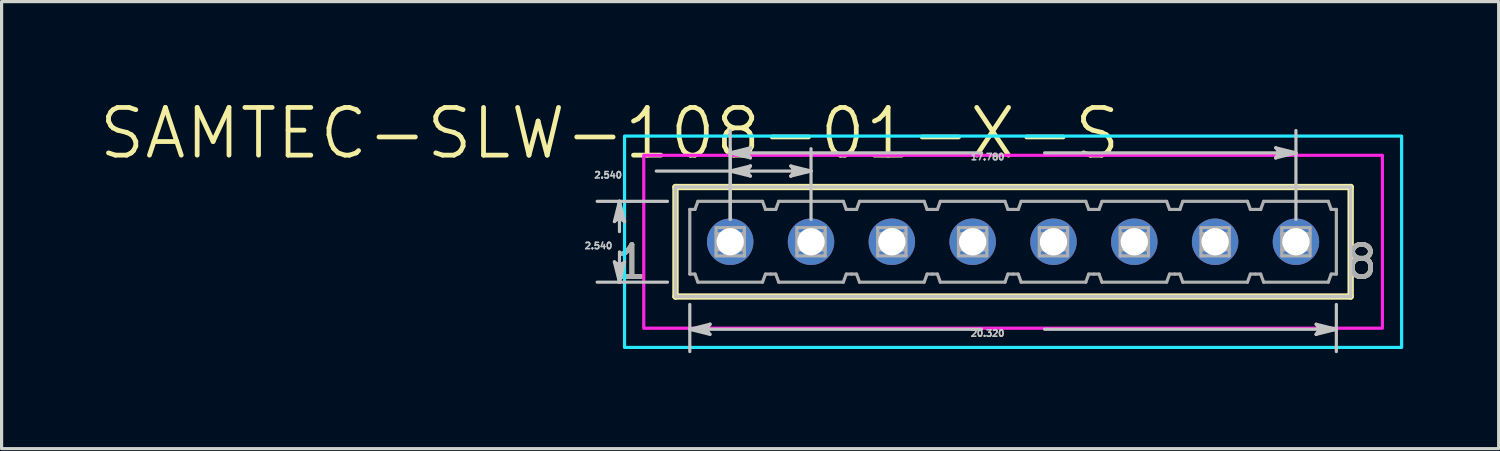
<source format=kicad_pcb>
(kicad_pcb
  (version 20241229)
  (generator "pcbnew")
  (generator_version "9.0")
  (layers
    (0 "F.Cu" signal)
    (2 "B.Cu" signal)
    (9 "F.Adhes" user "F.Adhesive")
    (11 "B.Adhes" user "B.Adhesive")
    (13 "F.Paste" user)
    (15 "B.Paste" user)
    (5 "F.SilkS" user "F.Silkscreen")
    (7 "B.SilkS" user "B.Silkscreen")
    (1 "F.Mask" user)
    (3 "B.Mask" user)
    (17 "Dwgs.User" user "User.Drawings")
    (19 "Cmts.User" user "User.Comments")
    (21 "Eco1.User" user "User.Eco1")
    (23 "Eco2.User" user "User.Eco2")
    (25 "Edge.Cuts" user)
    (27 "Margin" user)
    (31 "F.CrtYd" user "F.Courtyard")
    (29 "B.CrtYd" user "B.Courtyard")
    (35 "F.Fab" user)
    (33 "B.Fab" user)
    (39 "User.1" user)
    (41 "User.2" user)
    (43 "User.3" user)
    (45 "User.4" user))
  (footprint "SAMTEC-SLW-108-01-X-S"
    (layer "F.Cu")
    (at 28.789 4.548)
    (property "Reference" "SAMTEC-SLW-108-01-X-S" (at -12.678 -3.408 0) (layer "F.SilkS") (effects (font (size 1.5 1.5) (thickness 0.15))))
    (attr through_hole)
    (fp_circle (center -8.89 0) (end -8.109 0) (stroke (width 0) (type solid)) (fill yes) (layer "F.Mask"))
    (fp_circle (center -6.35 0) (end -5.569 0) (stroke (width 0) (type solid)) (fill yes) (layer "F.Mask"))
    (fp_circle (center -3.81 0) (end -3.029 0) (stroke (width 0) (type solid)) (fill yes) (layer "F.Mask"))
    (fp_circle (center -1.27 0) (end -0.489 0) (stroke (width 0) (type solid)) (fill yes) (layer "F.Mask"))
    (fp_circle (center 1.27 0) (end 2.051 0) (stroke (width 0) (type solid)) (fill yes) (layer "F.Mask"))
    (fp_circle (center 3.81 0) (end 4.591 0) (stroke (width 0) (type solid)) (fill yes) (layer "F.Mask"))
    (fp_circle (center 6.35 0) (end 7.131 0) (stroke (width 0) (type solid)) (fill yes) (layer "F.Mask"))
    (fp_circle (center 8.89 0) (end 9.671 0) (stroke (width 0) (type solid)) (fill yes) (layer "F.Mask"))
    (fp_circle (center -8.89 0) (end -8.109 0) (stroke (width 0) (type solid)) (fill yes) (layer "B.Mask"))
    (fp_circle (center -6.35 0) (end -5.569 0) (stroke (width 0) (type solid)) (fill yes) (layer "B.Mask"))
    (fp_circle (center -3.81 0) (end -3.029 0) (stroke (width 0) (type solid)) (fill yes) (layer "B.Mask"))
    (fp_circle (center -1.27 0) (end -0.489 0) (stroke (width 0) (type solid)) (fill yes) (layer "B.Mask"))
    (fp_circle (center 1.27 0) (end 2.051 0) (stroke (width 0) (type solid)) (fill yes) (layer "B.Mask"))
    (fp_circle (center 3.81 0) (end 4.591 0) (stroke (width 0) (type solid)) (fill yes) (layer "B.Mask"))
    (fp_circle (center 6.35 0) (end 7.131 0) (stroke (width 0) (type solid)) (fill yes) (layer "B.Mask"))
    (fp_circle (center 8.89 0) (end 9.671 0) (stroke (width 0) (type solid)) (fill yes) (layer "B.Mask"))
    (fp_line (start -10.61 -1.72) (end -10.61 1.72) (stroke (width 0.2) (type solid)) (layer "F.SilkS"))
    (fp_line (start -10.61 1.72) (end 10.61 1.72) (stroke (width 0.2) (type solid)) (layer "F.SilkS"))
    (fp_line (start 10.61 -1.72) (end -10.61 -1.72) (stroke (width 0.2) (type solid)) (layer "F.SilkS"))
    (fp_line (start 10.61 1.72) (end 10.61 -1.72) (stroke (width 0.2) (type solid)) (layer "F.SilkS"))
    (fp_line (start -12.529 -0.635) (end -12.37 -0.762) (stroke (width 0.1) (type solid)) (layer "Dwgs.User"))
    (fp_line (start -12.529 0.635) (end -12.37 1.27) (stroke (width 0.1) (type solid)) (layer "Dwgs.User"))
    (fp_line (start -12.449 -0.698) (end -12.37 -0.762) (stroke (width 0.1) (type solid)) (layer "Dwgs.User"))
    (fp_line (start -12.449 0.698) (end -12.529 0.635) (stroke (width 0.1) (type solid)) (layer "Dwgs.User"))
    (fp_line (start -12.37 -1.27) (end -12.529 -0.635) (stroke (width 0.1) (type solid)) (layer "Dwgs.User"))
    (fp_line (start -12.37 -1.27) (end -12.449 -0.698) (stroke (width 0.1) (type solid)) (layer "Dwgs.User"))
    (fp_line (start -12.37 -1.27) (end -12.29 -0.698) (stroke (width 0.1) (type solid)) (layer "Dwgs.User"))
    (fp_line (start -12.37 -0.762) (end -12.37 -1.27) (stroke (width 0.1) (type solid)) (layer "Dwgs.User"))
    (fp_line (start -12.37 -0.762) (end -12.211 -0.635) (stroke (width 0.1) (type solid)) (layer "Dwgs.User"))
    (fp_line (start -12.37 -0.318) (end -12.37 -1.27) (stroke (width 0.1) (type solid)) (layer "Dwgs.User"))
    (fp_line (start -12.37 0.318) (end -12.37 1.27) (stroke (width 0.1) (type solid)) (layer "Dwgs.User"))
    (fp_line (start -12.37 0.762) (end -12.529 0.635) (stroke (width 0.1) (type solid)) (layer "Dwgs.User"))
    (fp_line (start -12.37 0.762) (end -12.37 1.27) (stroke (width 0.1) (type solid)) (layer "Dwgs.User"))
    (fp_line (start -12.37 1.27) (end -12.449 0.698) (stroke (width 0.1) (type solid)) (layer "Dwgs.User"))
    (fp_line (start -12.37 1.27) (end -12.29 0.698) (stroke (width 0.1) (type solid)) (layer "Dwgs.User"))
    (fp_line (start -12.37 1.27) (end -12.211 0.635) (stroke (width 0.1) (type solid)) (layer "Dwgs.User"))
    (fp_line (start -12.29 -0.698) (end -12.211 -0.635) (stroke (width 0.1) (type solid)) (layer "Dwgs.User"))
    (fp_line (start -12.29 0.698) (end -12.37 0.762) (stroke (width 0.1) (type solid)) (layer "Dwgs.User"))
    (fp_line (start -12.211 -0.635) (end -12.37 -1.27) (stroke (width 0.1) (type solid)) (layer "Dwgs.User"))
    (fp_line (start -12.211 0.635) (end -12.37 0.762) (stroke (width 0.1) (type solid)) (layer "Dwgs.User"))
    (fp_line (start -11.214 -2.222) (end -8.89 -2.222) (stroke (width 0.1) (type solid)) (layer "Dwgs.User"))
    (fp_line (start -10.861 -1.27) (end -13.071 -1.27) (stroke (width 0.1) (type solid)) (layer "Dwgs.User"))
    (fp_line (start -10.861 1.27) (end -13.071 1.27) (stroke (width 0.1) (type solid)) (layer "Dwgs.User"))
    (fp_line (start -10.61 -1.72) (end -10.61 1.72) (stroke (width 0.1) (type solid)) (layer "Dwgs.User"))
    (fp_line (start -10.61 1.72) (end 10.61 1.72) (stroke (width 0.1) (type solid)) (layer "Dwgs.User"))
    (fp_line (start -10.16 1.971) (end -10.16 3.452) (stroke (width 0.1) (type solid)) (layer "Dwgs.User"))
    (fp_line (start -10.16 2.751) (end -9.588 2.671) (stroke (width 0.1) (type solid)) (layer "Dwgs.User"))
    (fp_line (start -10.16 2.751) (end -9.588 2.83) (stroke (width 0.1) (type solid)) (layer "Dwgs.User"))
    (fp_line (start -10.16 2.751) (end -9.525 2.91) (stroke (width 0.1) (type solid)) (layer "Dwgs.User"))
    (fp_line (start -9.652 2.751) (end -10.16 2.751) (stroke (width 0.1) (type solid)) (layer "Dwgs.User"))
    (fp_line (start -9.652 2.751) (end -9.525 2.592) (stroke (width 0.1) (type solid)) (layer "Dwgs.User"))
    (fp_line (start -9.588 2.671) (end -9.525 2.592) (stroke (width 0.1) (type solid)) (layer "Dwgs.User"))
    (fp_line (start -9.588 2.83) (end -9.652 2.751) (stroke (width 0.1) (type solid)) (layer "Dwgs.User"))
    (fp_line (start -9.525 2.592) (end -10.16 2.751) (stroke (width 0.1) (type solid)) (layer "Dwgs.User"))
    (fp_line (start -9.525 2.91) (end -9.652 2.751) (stroke (width 0.1) (type solid)) (layer "Dwgs.User"))
    (fp_line (start -8.89 -2.794) (end -8.318 -2.873) (stroke (width 0.1) (type solid)) (layer "Dwgs.User"))
    (fp_line (start -8.89 -2.794) (end -8.318 -2.715) (stroke (width 0.1) (type solid)) (layer "Dwgs.User"))
    (fp_line (start -8.89 -2.794) (end -8.255 -2.635) (stroke (width 0.1) (type solid)) (layer "Dwgs.User"))
    (fp_line (start -8.89 -2.222) (end -8.318 -2.302) (stroke (width 0.1) (type solid)) (layer "Dwgs.User"))
    (fp_line (start -8.89 -2.222) (end -8.318 -2.143) (stroke (width 0.1) (type solid)) (layer "Dwgs.User"))
    (fp_line (start -8.89 -2.222) (end -8.255 -2.064) (stroke (width 0.1) (type solid)) (layer "Dwgs.User"))
    (fp_line (start -8.89 -2.222) (end -6.35 -2.222) (stroke (width 0.1) (type solid)) (layer "Dwgs.User"))
    (fp_line (start -8.89 -0.701) (end -8.89 -3.495) (stroke (width 0.1) (type solid)) (layer "Dwgs.User"))
    (fp_line (start -8.89 -0.701) (end -8.89 -2.924) (stroke (width 0.1) (type solid)) (layer "Dwgs.User"))
    (fp_line (start -8.382 -2.794) (end -8.89 -2.794) (stroke (width 0.1) (type solid)) (layer "Dwgs.User"))
    (fp_line (start -8.382 -2.794) (end -8.255 -2.953) (stroke (width 0.1) (type solid)) (layer "Dwgs.User"))
    (fp_line (start -8.382 -2.222) (end -8.89 -2.222) (stroke (width 0.1) (type solid)) (layer "Dwgs.User"))
    (fp_line (start -8.382 -2.222) (end -8.255 -2.381) (stroke (width 0.1) (type solid)) (layer "Dwgs.User"))
    (fp_line (start -8.318 -2.873) (end -8.255 -2.953) (stroke (width 0.1) (type solid)) (layer "Dwgs.User"))
    (fp_line (start -8.318 -2.715) (end -8.382 -2.794) (stroke (width 0.1) (type solid)) (layer "Dwgs.User"))
    (fp_line (start -8.318 -2.302) (end -8.255 -2.381) (stroke (width 0.1) (type solid)) (layer "Dwgs.User"))
    (fp_line (start -8.318 -2.143) (end -8.382 -2.222) (stroke (width 0.1) (type solid)) (layer "Dwgs.User"))
    (fp_line (start -8.255 -2.953) (end -8.89 -2.794) (stroke (width 0.1) (type solid)) (layer "Dwgs.User"))
    (fp_line (start -8.255 -2.635) (end -8.382 -2.794) (stroke (width 0.1) (type solid)) (layer "Dwgs.User"))
    (fp_line (start -8.255 -2.381) (end -8.89 -2.222) (stroke (width 0.1) (type solid)) (layer "Dwgs.User"))
    (fp_line (start -8.255 -2.064) (end -8.382 -2.222) (stroke (width 0.1) (type solid)) (layer "Dwgs.User"))
    (fp_line (start -6.985 -2.381) (end -6.858 -2.222) (stroke (width 0.1) (type solid)) (layer "Dwgs.User"))
    (fp_line (start -6.985 -2.064) (end -6.35 -2.222) (stroke (width 0.1) (type solid)) (layer "Dwgs.User"))
    (fp_line (start -6.922 -2.302) (end -6.858 -2.222) (stroke (width 0.1) (type solid)) (layer "Dwgs.User"))
    (fp_line (start -6.922 -2.143) (end -6.985 -2.064) (stroke (width 0.1) (type solid)) (layer "Dwgs.User"))
    (fp_line (start -6.858 -2.222) (end -6.985 -2.064) (stroke (width 0.1) (type solid)) (layer "Dwgs.User"))
    (fp_line (start -6.858 -2.222) (end -6.35 -2.222) (stroke (width 0.1) (type solid)) (layer "Dwgs.User"))
    (fp_line (start -6.35 -2.222) (end -6.985 -2.381) (stroke (width 0.1) (type solid)) (layer "Dwgs.User"))
    (fp_line (start -6.35 -2.222) (end -6.922 -2.302) (stroke (width 0.1) (type solid)) (layer "Dwgs.User"))
    (fp_line (start -6.35 -2.222) (end -6.922 -2.143) (stroke (width 0.1) (type solid)) (layer "Dwgs.User"))
    (fp_line (start -6.35 -0.701) (end -6.35 -2.924) (stroke (width 0.1) (type solid)) (layer "Dwgs.User"))
    (fp_line (start -0.991 -2.794) (end -8.89 -2.794) (stroke (width 0.1) (type solid)) (layer "Dwgs.User"))
    (fp_line (start -0.991 2.751) (end -10.16 2.751) (stroke (width 0.1) (type solid)) (layer "Dwgs.User"))
    (fp_line (start 0.991 -2.794) (end 8.89 -2.794) (stroke (width 0.1) (type solid)) (layer "Dwgs.User"))
    (fp_line (start 0.991 2.751) (end 10.16 2.751) (stroke (width 0.1) (type solid)) (layer "Dwgs.User"))
    (fp_line (start 8.255 -2.953) (end 8.382 -2.794) (stroke (width 0.1) (type solid)) (layer "Dwgs.User"))
    (fp_line (start 8.255 -2.635) (end 8.89 -2.794) (stroke (width 0.1) (type solid)) (layer "Dwgs.User"))
    (fp_line (start 8.318 -2.873) (end 8.382 -2.794) (stroke (width 0.1) (type solid)) (layer "Dwgs.User"))
    (fp_line (start 8.318 -2.715) (end 8.255 -2.635) (stroke (width 0.1) (type solid)) (layer "Dwgs.User"))
    (fp_line (start 8.382 -2.794) (end 8.255 -2.635) (stroke (width 0.1) (type solid)) (layer "Dwgs.User"))
    (fp_line (start 8.382 -2.794) (end 8.89 -2.794) (stroke (width 0.1) (type solid)) (layer "Dwgs.User"))
    (fp_line (start 8.89 -2.794) (end 8.255 -2.953) (stroke (width 0.1) (type solid)) (layer "Dwgs.User"))
    (fp_line (start 8.89 -2.794) (end 8.318 -2.873) (stroke (width 0.1) (type solid)) (layer "Dwgs.User"))
    (fp_line (start 8.89 -2.794) (end 8.318 -2.715) (stroke (width 0.1) (type solid)) (layer "Dwgs.User"))
    (fp_line (start 8.89 -0.701) (end 8.89 -3.495) (stroke (width 0.1) (type solid)) (layer "Dwgs.User"))
    (fp_line (start 9.525 2.592) (end 9.652 2.751) (stroke (width 0.1) (type solid)) (layer "Dwgs.User"))
    (fp_line (start 9.525 2.91) (end 10.16 2.751) (stroke (width 0.1) (type solid)) (layer "Dwgs.User"))
    (fp_line (start 9.588 2.671) (end 9.652 2.751) (stroke (width 0.1) (type solid)) (layer "Dwgs.User"))
    (fp_line (start 9.588 2.83) (end 9.525 2.91) (stroke (width 0.1) (type solid)) (layer "Dwgs.User"))
    (fp_line (start 9.652 2.751) (end 9.525 2.91) (stroke (width 0.1) (type solid)) (layer "Dwgs.User"))
    (fp_line (start 9.652 2.751) (end 10.16 2.751) (stroke (width 0.1) (type solid)) (layer "Dwgs.User"))
    (fp_line (start 10.16 1.971) (end 10.16 3.452) (stroke (width 0.1) (type solid)) (layer "Dwgs.User"))
    (fp_line (start 10.16 2.751) (end 9.525 2.592) (stroke (width 0.1) (type solid)) (layer "Dwgs.User"))
    (fp_line (start 10.16 2.751) (end 9.588 2.671) (stroke (width 0.1) (type solid)) (layer "Dwgs.User"))
    (fp_line (start 10.16 2.751) (end 9.588 2.83) (stroke (width 0.1) (type solid)) (layer "Dwgs.User"))
    (fp_line (start 10.61 -1.72) (end -10.61 -1.72) (stroke (width 0.1) (type solid)) (layer "Dwgs.User"))
    (fp_line (start 10.61 1.72) (end 10.61 -1.72) (stroke (width 0.1) (type solid)) (layer "Dwgs.User"))
    (fp_poly (pts (xy -12.211 3.321) (xy -12.211 -3.321) (xy 12.211 -3.321) (xy 12.211 3.321) (xy -12.211 3.321)) (stroke (width 0.1) (type solid)) (fill no) (layer "B.CrtYd"))
    (fp_poly (pts (xy 11.607 -2.717) (xy -11.607 -2.717) (xy -11.607 2.717) (xy 11.607 2.717) (xy 11.607 -2.717)) (stroke (width 0.1) (type solid)) (fill no) (layer "F.CrtYd"))
    (fp_line (start -10.16 -1.016) (end -10.16 1.016) (stroke (width 0.1) (type solid)) (layer "F.Fab"))
    (fp_line (start -10.16 1.016) (end -9.998 1.016) (stroke (width 0.1) (type solid)) (layer "F.Fab"))
    (fp_line (start -9.998 -1.016) (end -10.16 -1.016) (stroke (width 0.1) (type solid)) (layer "F.Fab"))
    (fp_line (start -9.998 1.016) (end -9.906 1.27) (stroke (width 0.1) (type solid)) (layer "F.Fab"))
    (fp_line (start -9.906 -1.27) (end -9.998 -1.016) (stroke (width 0.1) (type solid)) (layer "F.Fab"))
    (fp_line (start -9.906 1.27) (end -7.874 1.27) (stroke (width 0.1) (type solid)) (layer "F.Fab"))
    (fp_line (start -9.334 -0.444) (end -9.334 0.444) (stroke (width 0.1) (type solid)) (layer "F.Fab"))
    (fp_line (start -9.334 -0.254) (end -8.446 -0.254) (stroke (width 0.1) (type solid)) (layer "F.Fab"))
    (fp_line (start -9.334 0.444) (end -8.446 0.444) (stroke (width 0.1) (type solid)) (layer "F.Fab"))
    (fp_line (start -8.446 -0.444) (end -9.334 -0.444) (stroke (width 0.1) (type solid)) (layer "F.Fab"))
    (fp_line (start -8.446 0.254) (end -9.334 0.254) (stroke (width 0.1) (type solid)) (layer "F.Fab"))
    (fp_line (start -8.446 0.444) (end -8.446 -0.444) (stroke (width 0.1) (type solid)) (layer "F.Fab"))
    (fp_line (start -7.874 -1.27) (end -9.906 -1.27) (stroke (width 0.1) (type solid)) (layer "F.Fab"))
    (fp_line (start -7.874 1.27) (end -7.782 1.016) (stroke (width 0.1) (type solid)) (layer "F.Fab"))
    (fp_line (start -7.782 -1.016) (end -7.874 -1.27) (stroke (width 0.1) (type solid)) (layer "F.Fab"))
    (fp_line (start -7.782 1.016) (end -7.62 1.016) (stroke (width 0.1) (type solid)) (layer "F.Fab"))
    (fp_line (start -7.62 -1.016) (end -7.782 -1.016) (stroke (width 0.1) (type solid)) (layer "F.Fab"))
    (fp_line (start -7.62 1.016) (end -7.458 1.016) (stroke (width 0.1) (type solid)) (layer "F.Fab"))
    (fp_line (start -7.458 -1.016) (end -7.62 -1.016) (stroke (width 0.1) (type solid)) (layer "F.Fab"))
    (fp_line (start -7.458 1.016) (end -7.366 1.27) (stroke (width 0.1) (type solid)) (layer "F.Fab"))
    (fp_line (start -7.366 -1.27) (end -7.458 -1.016) (stroke (width 0.1) (type solid)) (layer "F.Fab"))
    (fp_line (start -7.366 1.27) (end -5.334 1.27) (stroke (width 0.1) (type solid)) (layer "F.Fab"))
    (fp_line (start -6.794 -0.444) (end -6.794 0.444) (stroke (width 0.1) (type solid)) (layer "F.Fab"))
    (fp_line (start -6.794 -0.254) (end -5.906 -0.254) (stroke (width 0.1) (type solid)) (layer "F.Fab"))
    (fp_line (start -6.794 0.444) (end -5.906 0.444) (stroke (width 0.1) (type solid)) (layer "F.Fab"))
    (fp_line (start -5.906 -0.444) (end -6.794 -0.444) (stroke (width 0.1) (type solid)) (layer "F.Fab"))
    (fp_line (start -5.906 0.254) (end -6.794 0.254) (stroke (width 0.1) (type solid)) (layer "F.Fab"))
    (fp_line (start -5.906 0.444) (end -5.906 -0.444) (stroke (width 0.1) (type solid)) (layer "F.Fab"))
    (fp_line (start -5.334 -1.27) (end -7.366 -1.27) (stroke (width 0.1) (type solid)) (layer "F.Fab"))
    (fp_line (start -5.334 1.27) (end -5.242 1.016) (stroke (width 0.1) (type solid)) (layer "F.Fab"))
    (fp_line (start -5.242 -1.016) (end -5.334 -1.27) (stroke (width 0.1) (type solid)) (layer "F.Fab"))
    (fp_line (start -5.242 1.016) (end -5.08 1.016) (stroke (width 0.1) (type solid)) (layer "F.Fab"))
    (fp_line (start -5.08 -1.016) (end -5.242 -1.016) (stroke (width 0.1) (type solid)) (layer "F.Fab"))
    (fp_line (start -5.08 1.016) (end -4.918 1.016) (stroke (width 0.1) (type solid)) (layer "F.Fab"))
    (fp_line (start -4.918 -1.016) (end -5.08 -1.016) (stroke (width 0.1) (type solid)) (layer "F.Fab"))
    (fp_line (start -4.918 1.016) (end -4.826 1.27) (stroke (width 0.1) (type solid)) (layer "F.Fab"))
    (fp_line (start -4.826 -1.27) (end -4.918 -1.016) (stroke (width 0.1) (type solid)) (layer "F.Fab"))
    (fp_line (start -4.826 1.27) (end -2.794 1.27) (stroke (width 0.1) (type solid)) (layer "F.Fab"))
    (fp_line (start -4.254 -0.444) (end -4.254 0.444) (stroke (width 0.1) (type solid)) (layer "F.Fab"))
    (fp_line (start -4.254 -0.254) (end -3.366 -0.254) (stroke (width 0.1) (type solid)) (layer "F.Fab"))
    (fp_line (start -4.254 0.444) (end -3.366 0.444) (stroke (width 0.1) (type solid)) (layer "F.Fab"))
    (fp_line (start -3.366 -0.444) (end -4.254 -0.444) (stroke (width 0.1) (type solid)) (layer "F.Fab"))
    (fp_line (start -3.366 0.254) (end -4.254 0.254) (stroke (width 0.1) (type solid)) (layer "F.Fab"))
    (fp_line (start -3.366 0.444) (end -3.366 -0.444) (stroke (width 0.1) (type solid)) (layer "F.Fab"))
    (fp_line (start -2.794 -1.27) (end -4.826 -1.27) (stroke (width 0.1) (type solid)) (layer "F.Fab"))
    (fp_line (start -2.794 1.27) (end -2.702 1.016) (stroke (width 0.1) (type solid)) (layer "F.Fab"))
    (fp_line (start -2.702 -1.016) (end -2.794 -1.27) (stroke (width 0.1) (type solid)) (layer "F.Fab"))
    (fp_line (start -2.702 1.016) (end -2.54 1.016) (stroke (width 0.1) (type solid)) (layer "F.Fab"))
    (fp_line (start -2.54 -1.016) (end -2.702 -1.016) (stroke (width 0.1) (type solid)) (layer "F.Fab"))
    (fp_line (start -2.54 1.016) (end -2.378 1.016) (stroke (width 0.1) (type solid)) (layer "F.Fab"))
    (fp_line (start -2.378 -1.016) (end -2.54 -1.016) (stroke (width 0.1) (type solid)) (layer "F.Fab"))
    (fp_line (start -2.378 1.016) (end -2.286 1.27) (stroke (width 0.1) (type solid)) (layer "F.Fab"))
    (fp_line (start -2.286 -1.27) (end -2.378 -1.016) (stroke (width 0.1) (type solid)) (layer "F.Fab"))
    (fp_line (start -2.286 1.27) (end -0.254 1.27) (stroke (width 0.1) (type solid)) (layer "F.Fab"))
    (fp_line (start -1.714 -0.444) (end -1.714 0.444) (stroke (width 0.1) (type solid)) (layer "F.Fab"))
    (fp_line (start -1.714 -0.254) (end -0.826 -0.254) (stroke (width 0.1) (type solid)) (layer "F.Fab"))
    (fp_line (start -1.714 0.444) (end -0.826 0.444) (stroke (width 0.1) (type solid)) (layer "F.Fab"))
    (fp_line (start -0.826 -0.444) (end -1.714 -0.444) (stroke (width 0.1) (type solid)) (layer "F.Fab"))
    (fp_line (start -0.826 0.254) (end -1.714 0.254) (stroke (width 0.1) (type solid)) (layer "F.Fab"))
    (fp_line (start -0.826 0.444) (end -0.826 -0.444) (stroke (width 0.1) (type solid)) (layer "F.Fab"))
    (fp_line (start -0.254 -1.27) (end -2.286 -1.27) (stroke (width 0.1) (type solid)) (layer "F.Fab"))
    (fp_line (start -0.254 1.27) (end -0.162 1.016) (stroke (width 0.1) (type solid)) (layer "F.Fab"))
    (fp_line (start -0.162 -1.016) (end -0.254 -1.27) (stroke (width 0.1) (type solid)) (layer "F.Fab"))
    (fp_line (start -0.162 1.016) (end 0 1.016) (stroke (width 0.1) (type solid)) (layer "F.Fab"))
    (fp_line (start 0 -1.016) (end -0.162 -1.016) (stroke (width 0.1) (type solid)) (layer "F.Fab"))
    (fp_line (start 0 1.016) (end 0.162 1.016) (stroke (width 0.1) (type solid)) (layer "F.Fab"))
    (fp_line (start 0.162 -1.016) (end 0 -1.016) (stroke (width 0.1) (type solid)) (layer "F.Fab"))
    (fp_line (start 0.162 1.016) (end 0.254 1.27) (stroke (width 0.1) (type solid)) (layer "F.Fab"))
    (fp_line (start 0.254 -1.27) (end 0.162 -1.016) (stroke (width 0.1) (type solid)) (layer "F.Fab"))
    (fp_line (start 0.254 1.27) (end 2.286 1.27) (stroke (width 0.1) (type solid)) (layer "F.Fab"))
    (fp_line (start 0.826 -0.444) (end 0.826 0.444) (stroke (width 0.1) (type solid)) (layer "F.Fab"))
    (fp_line (start 0.826 -0.254) (end 1.714 -0.254) (stroke (width 0.1) (type solid)) (layer "F.Fab"))
    (fp_line (start 0.826 0.444) (end 1.714 0.444) (stroke (width 0.1) (type solid)) (layer "F.Fab"))
    (fp_line (start 1.714 -0.444) (end 0.826 -0.444) (stroke (width 0.1) (type solid)) (layer "F.Fab"))
    (fp_line (start 1.714 0.254) (end 0.826 0.254) (stroke (width 0.1) (type solid)) (layer "F.Fab"))
    (fp_line (start 1.714 0.444) (end 1.714 -0.444) (stroke (width 0.1) (type solid)) (layer "F.Fab"))
    (fp_line (start 2.286 -1.27) (end 0.254 -1.27) (stroke (width 0.1) (type solid)) (layer "F.Fab"))
    (fp_line (start 2.286 1.27) (end 2.378 1.016) (stroke (width 0.1) (type solid)) (layer "F.Fab"))
    (fp_line (start 2.378 -1.016) (end 2.286 -1.27) (stroke (width 0.1) (type solid)) (layer "F.Fab"))
    (fp_line (start 2.378 1.016) (end 2.54 1.016) (stroke (width 0.1) (type solid)) (layer "F.Fab"))
    (fp_line (start 2.54 -1.016) (end 2.378 -1.016) (stroke (width 0.1) (type solid)) (layer "F.Fab"))
    (fp_line (start 2.54 1.016) (end 2.702 1.016) (stroke (width 0.1) (type solid)) (layer "F.Fab"))
    (fp_line (start 2.702 -1.016) (end 2.54 -1.016) (stroke (width 0.1) (type solid)) (layer "F.Fab"))
    (fp_line (start 2.702 1.016) (end 2.794 1.27) (stroke (width 0.1) (type solid)) (layer "F.Fab"))
    (fp_line (start 2.794 -1.27) (end 2.702 -1.016) (stroke (width 0.1) (type solid)) (layer "F.Fab"))
    (fp_line (start 2.794 1.27) (end 4.826 1.27) (stroke (width 0.1) (type solid)) (layer "F.Fab"))
    (fp_line (start 3.366 -0.444) (end 3.366 0.444) (stroke (width 0.1) (type solid)) (layer "F.Fab"))
    (fp_line (start 3.366 -0.254) (end 4.254 -0.254) (stroke (width 0.1) (type solid)) (layer "F.Fab"))
    (fp_line (start 3.366 0.444) (end 4.254 0.444) (stroke (width 0.1) (type solid)) (layer "F.Fab"))
    (fp_line (start 4.254 -0.444) (end 3.366 -0.444) (stroke (width 0.1) (type solid)) (layer "F.Fab"))
    (fp_line (start 4.254 0.254) (end 3.366 0.254) (stroke (width 0.1) (type solid)) (layer "F.Fab"))
    (fp_line (start 4.254 0.444) (end 4.254 -0.444) (stroke (width 0.1) (type solid)) (layer "F.Fab"))
    (fp_line (start 4.826 -1.27) (end 2.794 -1.27) (stroke (width 0.1) (type solid)) (layer "F.Fab"))
    (fp_line (start 4.826 1.27) (end 4.918 1.016) (stroke (width 0.1) (type solid)) (layer "F.Fab"))
    (fp_line (start 4.918 -1.016) (end 4.826 -1.27) (stroke (width 0.1) (type solid)) (layer "F.Fab"))
    (fp_line (start 4.918 1.016) (end 5.08 1.016) (stroke (width 0.1) (type solid)) (layer "F.Fab"))
    (fp_line (start 5.08 -1.016) (end 4.918 -1.016) (stroke (width 0.1) (type solid)) (layer "F.Fab"))
    (fp_line (start 5.08 1.016) (end 5.242 1.016) (stroke (width 0.1) (type solid)) (layer "F.Fab"))
    (fp_line (start 5.242 -1.016) (end 5.08 -1.016) (stroke (width 0.1) (type solid)) (layer "F.Fab"))
    (fp_line (start 5.242 1.016) (end 5.334 1.27) (stroke (width 0.1) (type solid)) (layer "F.Fab"))
    (fp_line (start 5.334 -1.27) (end 5.242 -1.016) (stroke (width 0.1) (type solid)) (layer "F.Fab"))
    (fp_line (start 5.334 1.27) (end 7.366 1.27) (stroke (width 0.1) (type solid)) (layer "F.Fab"))
    (fp_line (start 5.906 -0.444) (end 5.906 0.444) (stroke (width 0.1) (type solid)) (layer "F.Fab"))
    (fp_line (start 5.906 -0.254) (end 6.794 -0.254) (stroke (width 0.1) (type solid)) (layer "F.Fab"))
    (fp_line (start 5.906 0.444) (end 6.794 0.444) (stroke (width 0.1) (type solid)) (layer "F.Fab"))
    (fp_line (start 6.794 -0.444) (end 5.906 -0.444) (stroke (width 0.1) (type solid)) (layer "F.Fab"))
    (fp_line (start 6.794 0.254) (end 5.906 0.254) (stroke (width 0.1) (type solid)) (layer "F.Fab"))
    (fp_line (start 6.794 0.444) (end 6.794 -0.444) (stroke (width 0.1) (type solid)) (layer "F.Fab"))
    (fp_line (start 7.366 -1.27) (end 5.334 -1.27) (stroke (width 0.1) (type solid)) (layer "F.Fab"))
    (fp_line (start 7.366 1.27) (end 7.458 1.016) (stroke (width 0.1) (type solid)) (layer "F.Fab"))
    (fp_line (start 7.458 -1.016) (end 7.366 -1.27) (stroke (width 0.1) (type solid)) (layer "F.Fab"))
    (fp_line (start 7.458 1.016) (end 7.62 1.016) (stroke (width 0.1) (type solid)) (layer "F.Fab"))
    (fp_line (start 7.62 -1.016) (end 7.458 -1.016) (stroke (width 0.1) (type solid)) (layer "F.Fab"))
    (fp_line (start 7.62 1.016) (end 7.782 1.016) (stroke (width 0.1) (type solid)) (layer "F.Fab"))
    (fp_line (start 7.782 -1.016) (end 7.62 -1.016) (stroke (width 0.1) (type solid)) (layer "F.Fab"))
    (fp_line (start 7.782 1.016) (end 7.874 1.27) (stroke (width 0.1) (type solid)) (layer "F.Fab"))
    (fp_line (start 7.874 -1.27) (end 7.782 -1.016) (stroke (width 0.1) (type solid)) (layer "F.Fab"))
    (fp_line (start 7.874 1.27) (end 9.906 1.27) (stroke (width 0.1) (type solid)) (layer "F.Fab"))
    (fp_line (start 8.446 -0.444) (end 8.446 0.444) (stroke (width 0.1) (type solid)) (layer "F.Fab"))
    (fp_line (start 8.446 -0.254) (end 9.334 -0.254) (stroke (width 0.1) (type solid)) (layer "F.Fab"))
    (fp_line (start 8.446 0.444) (end 9.334 0.444) (stroke (width 0.1) (type solid)) (layer "F.Fab"))
    (fp_line (start 9.334 -0.444) (end 8.446 -0.444) (stroke (width 0.1) (type solid)) (layer "F.Fab"))
    (fp_line (start 9.334 0.254) (end 8.446 0.254) (stroke (width 0.1) (type solid)) (layer "F.Fab"))
    (fp_line (start 9.334 0.444) (end 9.334 -0.444) (stroke (width 0.1) (type solid)) (layer "F.Fab"))
    (fp_line (start 9.906 -1.27) (end 7.874 -1.27) (stroke (width 0.1) (type solid)) (layer "F.Fab"))
    (fp_line (start 9.906 1.27) (end 9.998 1.016) (stroke (width 0.1) (type solid)) (layer "F.Fab"))
    (fp_line (start 9.998 -1.016) (end 9.906 -1.27) (stroke (width 0.1) (type solid)) (layer "F.Fab"))
    (fp_line (start 9.998 -1.016) (end 10.16 -1.016) (stroke (width 0.1) (type solid)) (layer "F.Fab"))
    (fp_line (start 9.998 1.016) (end 10.16 1.016) (stroke (width 0.1) (type solid)) (layer "F.Fab"))
    (fp_line (start 10.16 -1.016) (end 10.16 1.016) (stroke (width 0.1) (type solid)) (layer "F.Fab"))
    (fp_text user "1" (at -11.98 0.635 0) (layer "F.SilkS") (effects (font (size 1 1) (thickness 0.15))))
    (fp_text user "8" (at 10.951 0.635 0) (layer "F.SilkS") (effects (font (size 1 1) (thickness 0.15))))
    (fp_text user "2.540" (at -12.725 -2.096 0) (layer "Dwgs.User") (effects (font (size 0.2 0.2) (thickness 0.15))))
    (fp_text user "17.780" (at -0.8 -2.667 0) (layer "Dwgs.User") (effects (font (size 0.2 0.2) (thickness 0.15))))
    (fp_text user "2.540" (at -13.03 0.127 0) (layer "Dwgs.User") (effects (font (size 0.2 0.2) (thickness 0.15))))
    (fp_text user "20.320" (at -0.8 2.878 0) (layer "Dwgs.User") (effects (font (size 0.2 0.2) (thickness 0.15))))
    (fp_text user "1" (at -11.98 0.635 0) (layer "F.Fab") (effects (font (size 1 1) (thickness 0.15))))
    (fp_text user "8" (at 10.951 0.635 0) (layer "F.Fab") (effects (font (size 1 1) (thickness 0.15))))
    (pad "1" thru_hole circle (at -8.89 0) (size 1.46 1.46) (drill 0.86) (layers "*.Cu"))
    (pad "2" thru_hole circle (at -6.35 0) (size 1.46 1.46) (drill 0.86) (layers "*.Cu"))
    (pad "3" thru_hole circle (at -3.81 0) (size 1.46 1.46) (drill 0.86) (layers "*.Cu"))
    (pad "4" thru_hole circle (at -1.27 0) (size 1.46 1.46) (drill 0.86) (layers "*.Cu"))
    (pad "5" thru_hole circle (at 1.27 0) (size 1.46 1.46) (drill 0.86) (layers "*.Cu"))
    (pad "6" thru_hole circle (at 3.81 0) (size 1.46 1.46) (drill 0.86) (layers "*.Cu"))
    (pad "7" thru_hole circle (at 6.35 0) (size 1.46 1.46) (drill 0.86) (layers "*.Cu"))
    (pad "8" thru_hole circle (at 8.89 0) (size 1.46 1.46) (drill 0.86) (layers "*.Cu")))
  (gr_rect
    (start -3 -3)
    (end 44.05 11.05)
    (stroke (width 0.1) (type default))
    (fill no)
    (layer "Edge.Cuts")))
</source>
